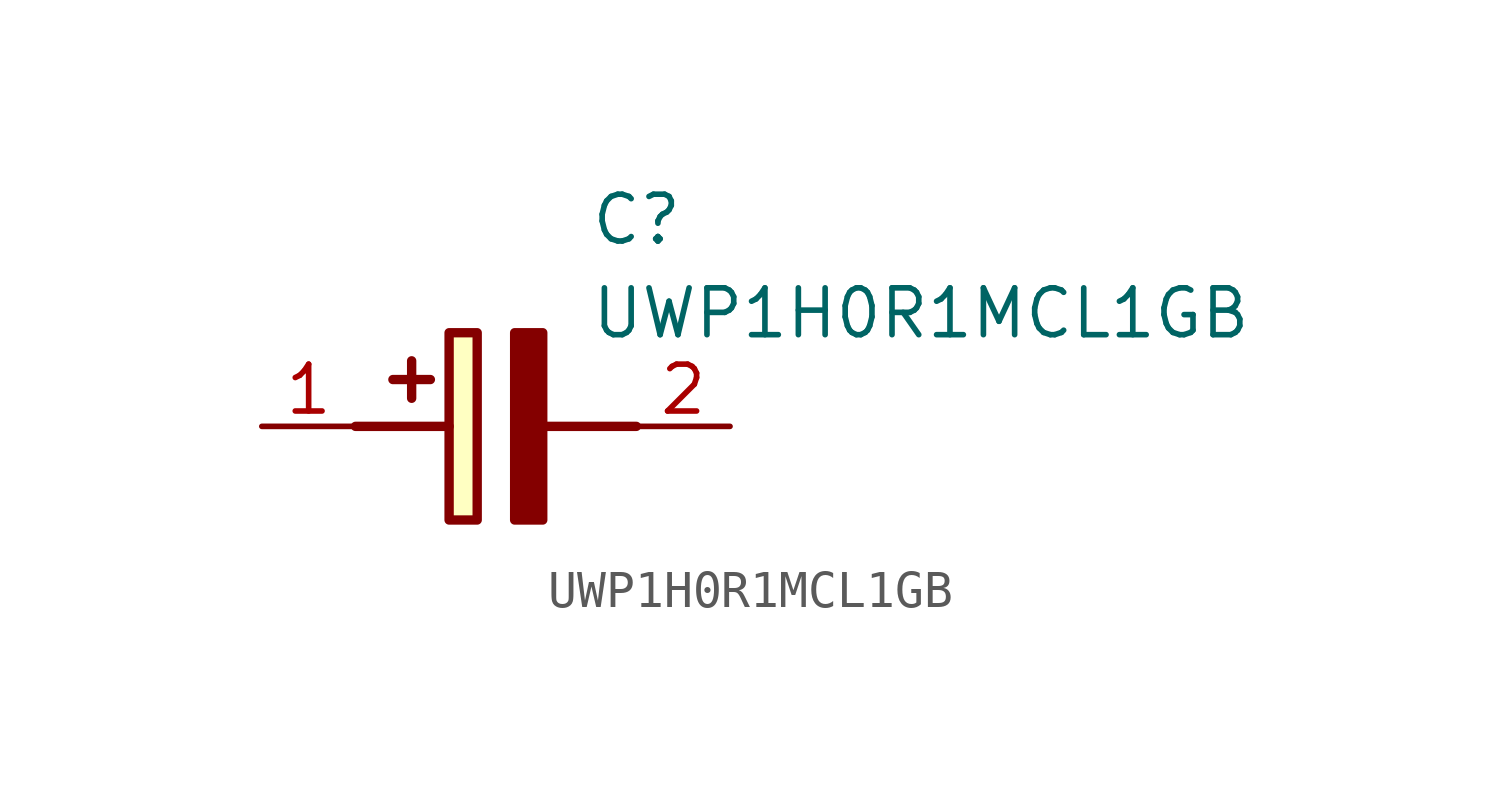
<source format=kicad_sym>
(kicad_symbol_lib
  (version 20211014)
  (generator SamacSys_ECAD_Model)
  (symbol "UWP1H0R1MCL1GB"
    (pin_names hide)
    (property "Reference" "C"
      (at 8.89 6.35 0)
      (effects (font (size 1.27 1.27)) (justify left top)))
    (property "Value" "UWP1H0R1MCL1GB"
      (at 8.89 3.81 0)
      (effects (font (size 1.27 1.27)) (justify left top)))
    (rectangle
      (start 5.08 2.54)
      (end 5.842 -2.54)
      (stroke (width 0.254) (type default))
      (fill (type background)))
    (polyline
      (pts (xy 4.572 1.27) (xy 3.556 1.27))
      (stroke (width 0.254) (type default))
      (fill (type none)))
    (polyline
      (pts (xy 4.064 1.778) (xy 4.064 0.762))
      (stroke (width 0.254) (type default))
      (fill (type none)))
    (polyline
      (pts (xy 2.54 0) (xy 5.08 0))
      (stroke (width 0.254) (type default))
      (fill (type none)))
    (polyline
      (pts (xy 7.62 0) (xy 10.16 0))
      (stroke (width 0.254) (type default))
      (fill (type none)))
    (polyline
      (pts (xy 7.62 2.54) (xy 7.62 -2.54) (xy 6.858 -2.54) (xy 6.858 2.54) (xy 7.62 2.54))
      (stroke (width 0.254) (type default))
      (fill (type outline)))
    (pin passive line
      (at 0 0 0)
      (length 2.54)
      (name "+" (effects (font (size 1.27 1.27))))
      (number "1" (effects (font (size 1.27 1.27)))))
    (pin passive line
      (at 12.7 0 180)
      (length 2.54)
      (name "-" (effects (font (size 1.27 1.27))))
      (number "2" (effects (font (size 1.27 1.27)))))))
</source>
